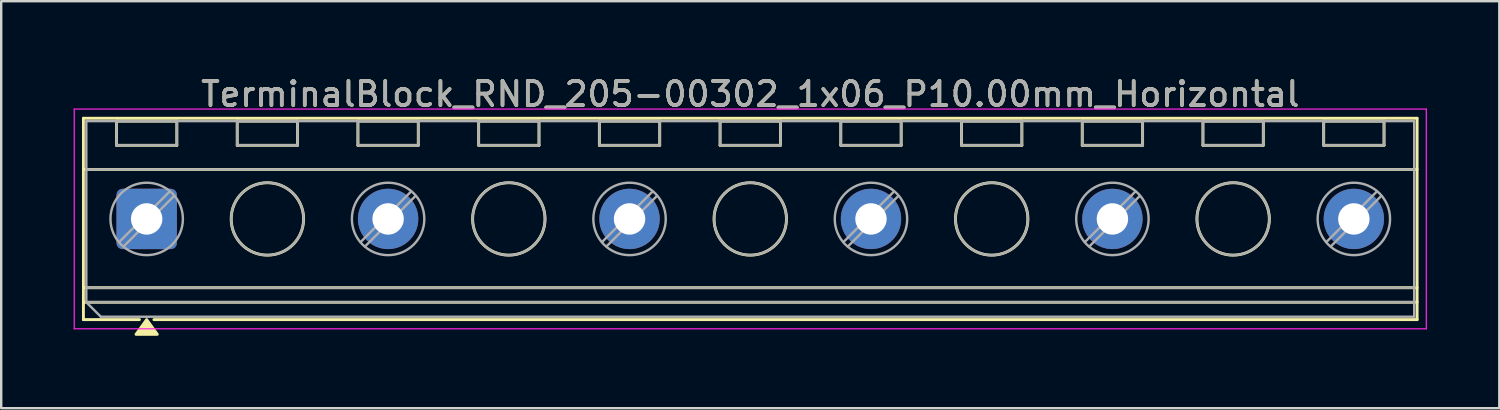
<source format=kicad_pcb>
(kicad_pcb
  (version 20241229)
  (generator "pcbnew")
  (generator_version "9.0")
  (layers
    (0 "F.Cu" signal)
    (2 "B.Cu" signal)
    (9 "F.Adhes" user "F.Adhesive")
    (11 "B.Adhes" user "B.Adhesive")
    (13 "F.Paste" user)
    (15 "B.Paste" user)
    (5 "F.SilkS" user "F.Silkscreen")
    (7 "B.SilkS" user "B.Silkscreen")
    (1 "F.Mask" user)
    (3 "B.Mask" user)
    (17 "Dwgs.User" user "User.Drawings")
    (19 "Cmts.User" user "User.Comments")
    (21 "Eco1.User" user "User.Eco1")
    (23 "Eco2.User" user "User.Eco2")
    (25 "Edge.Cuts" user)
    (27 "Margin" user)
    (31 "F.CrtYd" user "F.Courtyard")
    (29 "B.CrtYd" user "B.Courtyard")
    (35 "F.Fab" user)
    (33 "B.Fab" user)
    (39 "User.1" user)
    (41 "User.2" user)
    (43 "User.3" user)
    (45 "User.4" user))
  (footprint "TerminalBlock_RND_205-00302_1x06_P10.00mm_Horizontal"
    (layer "F.Cu")
    (at 3.025 6.018)
    (property "Reference" "TerminalBlock_RND_205-00302_1x06_P10.00mm_Horizontal" (at 25 -5.17 0) (layer "F.SilkS") (effects (font (size 1 1) (thickness 0.15))))
    (attr through_hole)
    (fp_line (start -2.62 -4.17) (end 52.62 -4.17) (stroke (width 0.12) (type solid)) (layer "F.SilkS"))
    (fp_line (start -2.62 -2.05) (end 52.62 -2.05) (stroke (width 0.12) (type solid)) (layer "F.SilkS"))
    (fp_line (start -2.62 2.85) (end 52.62 2.85) (stroke (width 0.12) (type solid)) (layer "F.SilkS"))
    (fp_line (start -2.62 3.45) (end 52.62 3.45) (stroke (width 0.12) (type solid)) (layer "F.SilkS"))
    (fp_line (start -2.62 4.17) (end -2.62 -4.17) (stroke (width 0.12) (type solid)) (layer "F.SilkS"))
    (fp_line (start -1.25 -4.05) (end 1.25 -4.05) (stroke (width 0.12) (type solid)) (layer "F.SilkS"))
    (fp_line (start -1.25 -3.05) (end -1.25 -4.05) (stroke (width 0.12) (type solid)) (layer "F.SilkS"))
    (fp_line (start -0.3 4.17) (end -2.62 4.17) (stroke (width 0.12) (type solid)) (layer "F.SilkS"))
    (fp_line (start 1.25 -4.05) (end 1.25 -3.05) (stroke (width 0.12) (type solid)) (layer "F.SilkS"))
    (fp_line (start 1.25 -3.05) (end -1.25 -3.05) (stroke (width 0.12) (type solid)) (layer "F.SilkS"))
    (fp_line (start 3.75 -4.05) (end 6.25 -4.05) (stroke (width 0.12) (type solid)) (layer "F.SilkS"))
    (fp_line (start 3.75 -3.05) (end 3.75 -4.05) (stroke (width 0.12) (type solid)) (layer "F.SilkS"))
    (fp_line (start 6.25 -4.05) (end 6.25 -3.05) (stroke (width 0.12) (type solid)) (layer "F.SilkS"))
    (fp_line (start 6.25 -3.05) (end 3.75 -3.05) (stroke (width 0.12) (type solid)) (layer "F.SilkS"))
    (fp_line (start 8.75 -4.05) (end 11.25 -4.05) (stroke (width 0.12) (type solid)) (layer "F.SilkS"))
    (fp_line (start 8.75 -3.05) (end 8.75 -4.05) (stroke (width 0.12) (type solid)) (layer "F.SilkS"))
    (fp_line (start 11.25 -4.05) (end 11.25 -3.05) (stroke (width 0.12) (type solid)) (layer "F.SilkS"))
    (fp_line (start 11.25 -3.05) (end 8.75 -3.05) (stroke (width 0.12) (type solid)) (layer "F.SilkS"))
    (fp_line (start 13.75 -4.05) (end 16.25 -4.05) (stroke (width 0.12) (type solid)) (layer "F.SilkS"))
    (fp_line (start 13.75 -3.05) (end 13.75 -4.05) (stroke (width 0.12) (type solid)) (layer "F.SilkS"))
    (fp_line (start 16.25 -4.05) (end 16.25 -3.05) (stroke (width 0.12) (type solid)) (layer "F.SilkS"))
    (fp_line (start 16.25 -3.05) (end 13.75 -3.05) (stroke (width 0.12) (type solid)) (layer "F.SilkS"))
    (fp_line (start 18.75 -4.05) (end 21.25 -4.05) (stroke (width 0.12) (type solid)) (layer "F.SilkS"))
    (fp_line (start 18.75 -3.05) (end 18.75 -4.05) (stroke (width 0.12) (type solid)) (layer "F.SilkS"))
    (fp_line (start 21.25 -4.05) (end 21.25 -3.05) (stroke (width 0.12) (type solid)) (layer "F.SilkS"))
    (fp_line (start 21.25 -3.05) (end 18.75 -3.05) (stroke (width 0.12) (type solid)) (layer "F.SilkS"))
    (fp_line (start 23.75 -4.05) (end 26.25 -4.05) (stroke (width 0.12) (type solid)) (layer "F.SilkS"))
    (fp_line (start 23.75 -3.05) (end 23.75 -4.05) (stroke (width 0.12) (type solid)) (layer "F.SilkS"))
    (fp_line (start 26.25 -4.05) (end 26.25 -3.05) (stroke (width 0.12) (type solid)) (layer "F.SilkS"))
    (fp_line (start 26.25 -3.05) (end 23.75 -3.05) (stroke (width 0.12) (type solid)) (layer "F.SilkS"))
    (fp_line (start 28.75 -4.05) (end 31.25 -4.05) (stroke (width 0.12) (type solid)) (layer "F.SilkS"))
    (fp_line (start 28.75 -3.05) (end 28.75 -4.05) (stroke (width 0.12) (type solid)) (layer "F.SilkS"))
    (fp_line (start 31.25 -4.05) (end 31.25 -3.05) (stroke (width 0.12) (type solid)) (layer "F.SilkS"))
    (fp_line (start 31.25 -3.05) (end 28.75 -3.05) (stroke (width 0.12) (type solid)) (layer "F.SilkS"))
    (fp_line (start 33.75 -4.05) (end 36.25 -4.05) (stroke (width 0.12) (type solid)) (layer "F.SilkS"))
    (fp_line (start 33.75 -3.05) (end 33.75 -4.05) (stroke (width 0.12) (type solid)) (layer "F.SilkS"))
    (fp_line (start 36.25 -4.05) (end 36.25 -3.05) (stroke (width 0.12) (type solid)) (layer "F.SilkS"))
    (fp_line (start 36.25 -3.05) (end 33.75 -3.05) (stroke (width 0.12) (type solid)) (layer "F.SilkS"))
    (fp_line (start 38.75 -4.05) (end 41.25 -4.05) (stroke (width 0.12) (type solid)) (layer "F.SilkS"))
    (fp_line (start 38.75 -3.05) (end 38.75 -4.05) (stroke (width 0.12) (type solid)) (layer "F.SilkS"))
    (fp_line (start 41.25 -4.05) (end 41.25 -3.05) (stroke (width 0.12) (type solid)) (layer "F.SilkS"))
    (fp_line (start 41.25 -3.05) (end 38.75 -3.05) (stroke (width 0.12) (type solid)) (layer "F.SilkS"))
    (fp_line (start 43.75 -4.05) (end 46.25 -4.05) (stroke (width 0.12) (type solid)) (layer "F.SilkS"))
    (fp_line (start 43.75 -3.05) (end 43.75 -4.05) (stroke (width 0.12) (type solid)) (layer "F.SilkS"))
    (fp_line (start 46.25 -4.05) (end 46.25 -3.05) (stroke (width 0.12) (type solid)) (layer "F.SilkS"))
    (fp_line (start 46.25 -3.05) (end 43.75 -3.05) (stroke (width 0.12) (type solid)) (layer "F.SilkS"))
    (fp_line (start 48.75 -4.05) (end 51.25 -4.05) (stroke (width 0.12) (type solid)) (layer "F.SilkS"))
    (fp_line (start 48.75 -3.05) (end 48.75 -4.05) (stroke (width 0.12) (type solid)) (layer "F.SilkS"))
    (fp_line (start 51.25 -4.05) (end 51.25 -3.05) (stroke (width 0.12) (type solid)) (layer "F.SilkS"))
    (fp_line (start 51.25 -3.05) (end 48.75 -3.05) (stroke (width 0.12) (type solid)) (layer "F.SilkS"))
    (fp_line (start 52.62 -4.17) (end 52.62 4.17) (stroke (width 0.12) (type solid)) (layer "F.SilkS"))
    (fp_line (start 52.62 4.17) (end 0.3 4.17) (stroke (width 0.12) (type solid)) (layer "F.SilkS"))
    (fp_circle (center 5 0) (end 6.5 0) (stroke (width 0.12) (type solid)) (fill no) (layer "F.SilkS"))
    (fp_circle (center 15 0) (end 16.5 0) (stroke (width 0.12) (type solid)) (fill no) (layer "F.SilkS"))
    (fp_circle (center 25 0) (end 26.5 0) (stroke (width 0.12) (type solid)) (fill no) (layer "F.SilkS"))
    (fp_circle (center 35 0) (end 36.5 0) (stroke (width 0.12) (type solid)) (fill no) (layer "F.SilkS"))
    (fp_circle (center 45 0) (end 46.5 0) (stroke (width 0.12) (type solid)) (fill no) (layer "F.SilkS"))
    (fp_poly (pts (xy 0 4.17) (xy 0.44 4.78) (xy -0.44 4.78)) (stroke (width 0.12) (type solid)) (fill yes) (layer "F.SilkS"))
    (fp_line (start -3 -4.55) (end -3 4.55) (stroke (width 0.05) (type solid)) (layer "F.CrtYd"))
    (fp_line (start -3 4.55) (end 53 4.55) (stroke (width 0.05) (type solid)) (layer "F.CrtYd"))
    (fp_line (start 53 -4.55) (end -3 -4.55) (stroke (width 0.05) (type solid)) (layer "F.CrtYd"))
    (fp_line (start 53 4.55) (end 53 -4.55) (stroke (width 0.05) (type solid)) (layer "F.CrtYd"))
    (fp_line (start -2.5 -4.05) (end 52.5 -4.05) (stroke (width 0.1) (type solid)) (layer "F.Fab"))
    (fp_line (start -2.5 -2.05) (end 52.5 -2.05) (stroke (width 0.1) (type solid)) (layer "F.Fab"))
    (fp_line (start -2.5 2.85) (end 52.5 2.85) (stroke (width 0.1) (type solid)) (layer "F.Fab"))
    (fp_line (start -2.5 3.45) (end -2.5 -4.05) (stroke (width 0.1) (type solid)) (layer "F.Fab"))
    (fp_line (start -2.5 3.45) (end 52.5 3.45) (stroke (width 0.1) (type solid)) (layer "F.Fab"))
    (fp_line (start -1.9 4.05) (end -2.5 3.45) (stroke (width 0.1) (type solid)) (layer "F.Fab"))
    (fp_line (start -1.25 -4.05) (end -1.25 -3.05) (stroke (width 0.1) (type solid)) (layer "F.Fab"))
    (fp_line (start -1.25 -3.05) (end 1.25 -3.05) (stroke (width 0.1) (type solid)) (layer "F.Fab"))
    (fp_line (start 0.955 -1.138) (end -1.138 0.955) (stroke (width 0.1) (type solid)) (layer "F.Fab"))
    (fp_line (start 1.138 -0.955) (end -0.955 1.138) (stroke (width 0.1) (type solid)) (layer "F.Fab"))
    (fp_line (start 1.25 -4.05) (end -1.25 -4.05) (stroke (width 0.1) (type solid)) (layer "F.Fab"))
    (fp_line (start 1.25 -3.05) (end 1.25 -4.05) (stroke (width 0.1) (type solid)) (layer "F.Fab"))
    (fp_line (start 3.75 -4.05) (end 3.75 -3.05) (stroke (width 0.1) (type solid)) (layer "F.Fab"))
    (fp_line (start 3.75 -3.05) (end 6.25 -3.05) (stroke (width 0.1) (type solid)) (layer "F.Fab"))
    (fp_line (start 6.25 -4.05) (end 3.75 -4.05) (stroke (width 0.1) (type solid)) (layer "F.Fab"))
    (fp_line (start 6.25 -3.05) (end 6.25 -4.05) (stroke (width 0.1) (type solid)) (layer "F.Fab"))
    (fp_line (start 8.75 -4.05) (end 8.75 -3.05) (stroke (width 0.1) (type solid)) (layer "F.Fab"))
    (fp_line (start 8.75 -3.05) (end 11.25 -3.05) (stroke (width 0.1) (type solid)) (layer "F.Fab"))
    (fp_line (start 10.955 -1.138) (end 8.862 0.955) (stroke (width 0.1) (type solid)) (layer "F.Fab"))
    (fp_line (start 11.138 -0.955) (end 9.045 1.138) (stroke (width 0.1) (type solid)) (layer "F.Fab"))
    (fp_line (start 11.25 -4.05) (end 8.75 -4.05) (stroke (width 0.1) (type solid)) (layer "F.Fab"))
    (fp_line (start 11.25 -3.05) (end 11.25 -4.05) (stroke (width 0.1) (type solid)) (layer "F.Fab"))
    (fp_line (start 13.75 -4.05) (end 13.75 -3.05) (stroke (width 0.1) (type solid)) (layer "F.Fab"))
    (fp_line (start 13.75 -3.05) (end 16.25 -3.05) (stroke (width 0.1) (type solid)) (layer "F.Fab"))
    (fp_line (start 16.25 -4.05) (end 13.75 -4.05) (stroke (width 0.1) (type solid)) (layer "F.Fab"))
    (fp_line (start 16.25 -3.05) (end 16.25 -4.05) (stroke (width 0.1) (type solid)) (layer "F.Fab"))
    (fp_line (start 18.75 -4.05) (end 18.75 -3.05) (stroke (width 0.1) (type solid)) (layer "F.Fab"))
    (fp_line (start 18.75 -3.05) (end 21.25 -3.05) (stroke (width 0.1) (type solid)) (layer "F.Fab"))
    (fp_line (start 20.955 -1.138) (end 18.862 0.955) (stroke (width 0.1) (type solid)) (layer "F.Fab"))
    (fp_line (start 21.138 -0.955) (end 19.045 1.138) (stroke (width 0.1) (type solid)) (layer "F.Fab"))
    (fp_line (start 21.25 -4.05) (end 18.75 -4.05) (stroke (width 0.1) (type solid)) (layer "F.Fab"))
    (fp_line (start 21.25 -3.05) (end 21.25 -4.05) (stroke (width 0.1) (type solid)) (layer "F.Fab"))
    (fp_line (start 23.75 -4.05) (end 23.75 -3.05) (stroke (width 0.1) (type solid)) (layer "F.Fab"))
    (fp_line (start 23.75 -3.05) (end 26.25 -3.05) (stroke (width 0.1) (type solid)) (layer "F.Fab"))
    (fp_line (start 26.25 -4.05) (end 23.75 -4.05) (stroke (width 0.1) (type solid)) (layer "F.Fab"))
    (fp_line (start 26.25 -3.05) (end 26.25 -4.05) (stroke (width 0.1) (type solid)) (layer "F.Fab"))
    (fp_line (start 28.75 -4.05) (end 28.75 -3.05) (stroke (width 0.1) (type solid)) (layer "F.Fab"))
    (fp_line (start 28.75 -3.05) (end 31.25 -3.05) (stroke (width 0.1) (type solid)) (layer "F.Fab"))
    (fp_line (start 30.955 -1.138) (end 28.862 0.955) (stroke (width 0.1) (type solid)) (layer "F.Fab"))
    (fp_line (start 31.138 -0.955) (end 29.045 1.138) (stroke (width 0.1) (type solid)) (layer "F.Fab"))
    (fp_line (start 31.25 -4.05) (end 28.75 -4.05) (stroke (width 0.1) (type solid)) (layer "F.Fab"))
    (fp_line (start 31.25 -3.05) (end 31.25 -4.05) (stroke (width 0.1) (type solid)) (layer "F.Fab"))
    (fp_line (start 33.75 -4.05) (end 33.75 -3.05) (stroke (width 0.1) (type solid)) (layer "F.Fab"))
    (fp_line (start 33.75 -3.05) (end 36.25 -3.05) (stroke (width 0.1) (type solid)) (layer "F.Fab"))
    (fp_line (start 36.25 -4.05) (end 33.75 -4.05) (stroke (width 0.1) (type solid)) (layer "F.Fab"))
    (fp_line (start 36.25 -3.05) (end 36.25 -4.05) (stroke (width 0.1) (type solid)) (layer "F.Fab"))
    (fp_line (start 38.75 -4.05) (end 38.75 -3.05) (stroke (width 0.1) (type solid)) (layer "F.Fab"))
    (fp_line (start 38.75 -3.05) (end 41.25 -3.05) (stroke (width 0.1) (type solid)) (layer "F.Fab"))
    (fp_line (start 40.955 -1.138) (end 38.862 0.955) (stroke (width 0.1) (type solid)) (layer "F.Fab"))
    (fp_line (start 41.138 -0.955) (end 39.045 1.138) (stroke (width 0.1) (type solid)) (layer "F.Fab"))
    (fp_line (start 41.25 -4.05) (end 38.75 -4.05) (stroke (width 0.1) (type solid)) (layer "F.Fab"))
    (fp_line (start 41.25 -3.05) (end 41.25 -4.05) (stroke (width 0.1) (type solid)) (layer "F.Fab"))
    (fp_line (start 43.75 -4.05) (end 43.75 -3.05) (stroke (width 0.1) (type solid)) (layer "F.Fab"))
    (fp_line (start 43.75 -3.05) (end 46.25 -3.05) (stroke (width 0.1) (type solid)) (layer "F.Fab"))
    (fp_line (start 46.25 -4.05) (end 43.75 -4.05) (stroke (width 0.1) (type solid)) (layer "F.Fab"))
    (fp_line (start 46.25 -3.05) (end 46.25 -4.05) (stroke (width 0.1) (type solid)) (layer "F.Fab"))
    (fp_line (start 48.75 -4.05) (end 48.75 -3.05) (stroke (width 0.1) (type solid)) (layer "F.Fab"))
    (fp_line (start 48.75 -3.05) (end 51.25 -3.05) (stroke (width 0.1) (type solid)) (layer "F.Fab"))
    (fp_line (start 50.955 -1.138) (end 48.862 0.955) (stroke (width 0.1) (type solid)) (layer "F.Fab"))
    (fp_line (start 51.138 -0.955) (end 49.045 1.138) (stroke (width 0.1) (type solid)) (layer "F.Fab"))
    (fp_line (start 51.25 -4.05) (end 48.75 -4.05) (stroke (width 0.1) (type solid)) (layer "F.Fab"))
    (fp_line (start 51.25 -3.05) (end 51.25 -4.05) (stroke (width 0.1) (type solid)) (layer "F.Fab"))
    (fp_line (start 52.5 -4.05) (end 52.5 4.05) (stroke (width 0.1) (type solid)) (layer "F.Fab"))
    (fp_line (start 52.5 4.05) (end -1.9 4.05) (stroke (width 0.1) (type solid)) (layer "F.Fab"))
    (fp_circle (center 0 0) (end 1.5 0) (stroke (width 0.1) (type solid)) (fill no) (layer "F.Fab"))
    (fp_circle (center 5 0) (end 6.5 0) (stroke (width 0.1) (type solid)) (fill no) (layer "F.Fab"))
    (fp_circle (center 10 0) (end 11.5 0) (stroke (width 0.1) (type solid)) (fill no) (layer "F.Fab"))
    (fp_circle (center 15 0) (end 16.5 0) (stroke (width 0.1) (type solid)) (fill no) (layer "F.Fab"))
    (fp_circle (center 20 0) (end 21.5 0) (stroke (width 0.1) (type solid)) (fill no) (layer "F.Fab"))
    (fp_circle (center 25 0) (end 26.5 0) (stroke (width 0.1) (type solid)) (fill no) (layer "F.Fab"))
    (fp_circle (center 30 0) (end 31.5 0) (stroke (width 0.1) (type solid)) (fill no) (layer "F.Fab"))
    (fp_circle (center 35 0) (end 36.5 0) (stroke (width 0.1) (type solid)) (fill no) (layer "F.Fab"))
    (fp_circle (center 40 0) (end 41.5 0) (stroke (width 0.1) (type solid)) (fill no) (layer "F.Fab"))
    (fp_circle (center 45 0) (end 46.5 0) (stroke (width 0.1) (type solid)) (fill no) (layer "F.Fab"))
    (fp_circle (center 50 0) (end 51.5 0) (stroke (width 0.1) (type solid)) (fill no) (layer "F.Fab"))
    (fp_text user "${REFERENCE}" (at 25 -5.17 0) (layer "F.Fab") (effects (font (size 1 1) (thickness 0.15))))
    (pad "1" thru_hole roundrect (at 0 0) (size 2.5 2.5) (drill 1.3) (layers "*.Cu" "*.Mask") (roundrect_rratio 0.1))
    (pad "2" thru_hole circle (at 10 0) (size 2.5 2.5) (drill 1.3) (layers "*.Cu" "*.Mask"))
    (pad "3" thru_hole circle (at 20 0) (size 2.5 2.5) (drill 1.3) (layers "*.Cu" "*.Mask"))
    (pad "4" thru_hole circle (at 30 0) (size 2.5 2.5) (drill 1.3) (layers "*.Cu" "*.Mask"))
    (pad "5" thru_hole circle (at 40 0) (size 2.5 2.5) (drill 1.3) (layers "*.Cu" "*.Mask"))
    (pad "6" thru_hole circle (at 50 0) (size 2.5 2.5) (drill 1.3) (layers "*.Cu" "*.Mask")))
  (gr_rect
    (start -3 -3)
    (end 59.05 13.858)
    (stroke (width 0.1) (type default))
    (fill no)
    (layer "Edge.Cuts")))
</source>
